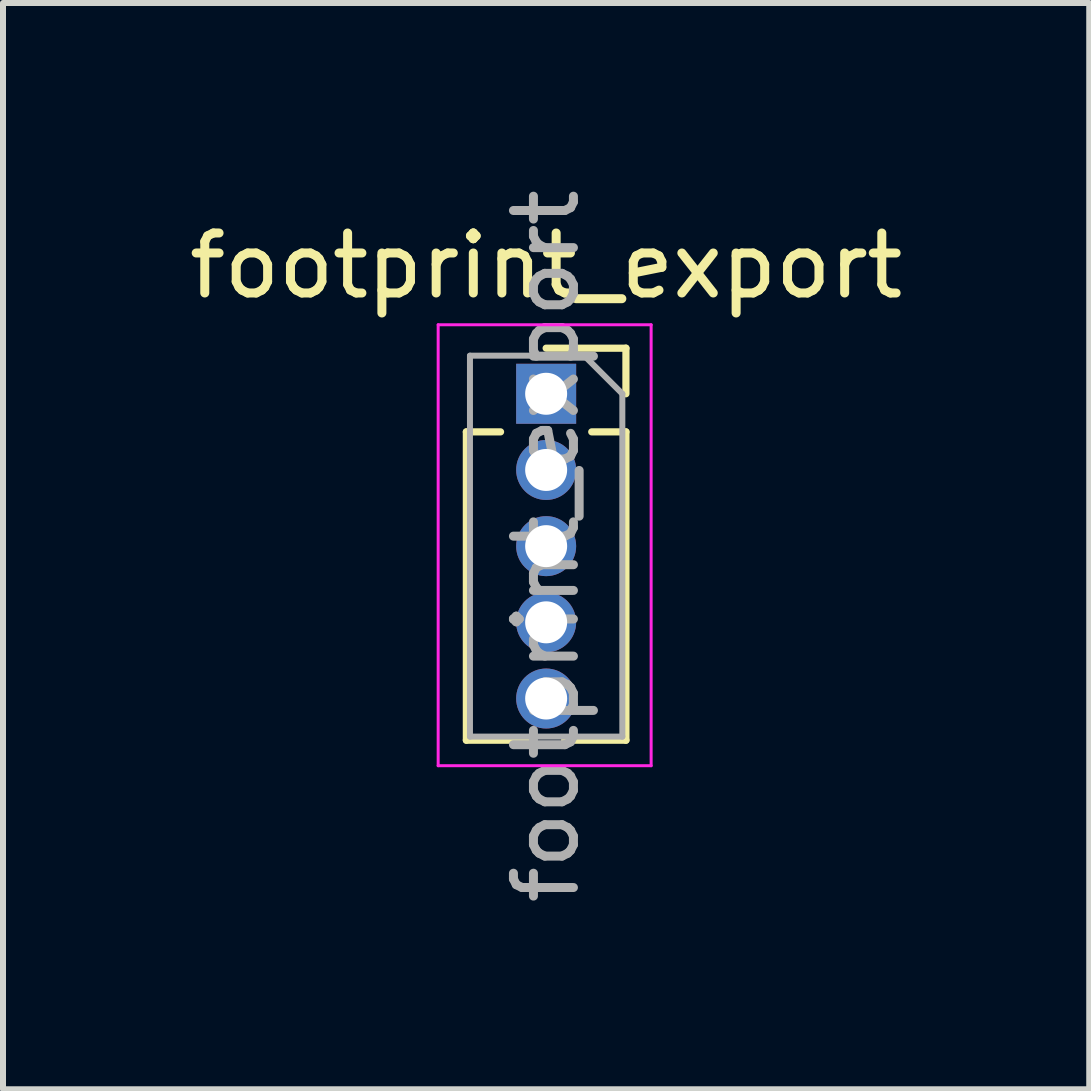
<source format=kicad_pcb>
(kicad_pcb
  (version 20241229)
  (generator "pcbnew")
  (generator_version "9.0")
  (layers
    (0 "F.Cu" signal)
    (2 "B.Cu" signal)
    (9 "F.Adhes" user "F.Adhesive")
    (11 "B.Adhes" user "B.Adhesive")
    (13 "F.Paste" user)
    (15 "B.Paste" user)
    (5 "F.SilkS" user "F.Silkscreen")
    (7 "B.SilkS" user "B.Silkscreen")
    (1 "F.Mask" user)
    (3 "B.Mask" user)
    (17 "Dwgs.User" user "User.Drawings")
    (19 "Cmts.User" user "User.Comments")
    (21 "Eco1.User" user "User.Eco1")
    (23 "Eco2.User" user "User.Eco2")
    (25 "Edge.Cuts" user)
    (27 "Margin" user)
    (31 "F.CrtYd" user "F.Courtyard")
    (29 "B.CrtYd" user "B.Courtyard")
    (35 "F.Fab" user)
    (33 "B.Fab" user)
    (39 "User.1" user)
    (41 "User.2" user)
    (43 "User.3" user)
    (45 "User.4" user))
  (footprint "footprint_export"
    (layer "F.Cu")
    (at 6.054 3.514)
    (property "Reference" "footprint_export" (at 0 -2.135 0) (layer "F.SilkS") (effects (font (size 1 1) (thickness 0.15))))
    (attr through_hole)
    (fp_line (start -1.33 0.635) (end -1.33 5.775) (stroke (width 0.12) (type solid)) (layer "F.SilkS"))
    (fp_line (start -1.33 0.635) (end -0.76 0.635) (stroke (width 0.12) (type solid)) (layer "F.SilkS"))
    (fp_line (start -1.33 5.775) (end -0.308 5.775) (stroke (width 0.12) (type solid)) (layer "F.SilkS"))
    (fp_line (start 0 -0.76) (end 1.33 -0.76) (stroke (width 0.12) (type solid)) (layer "F.SilkS"))
    (fp_line (start 0.308 5.775) (end 1.33 5.775) (stroke (width 0.12) (type solid)) (layer "F.SilkS"))
    (fp_line (start 0.76 0.635) (end 1.33 0.635) (stroke (width 0.12) (type solid)) (layer "F.SilkS"))
    (fp_line (start 1.33 -0.76) (end 1.33 0) (stroke (width 0.12) (type solid)) (layer "F.SilkS"))
    (fp_line (start 1.33 0.635) (end 1.33 5.775) (stroke (width 0.12) (type solid)) (layer "F.SilkS"))
    (fp_line (start -1.8 -1.15) (end 1.75 -1.15) (stroke (width 0.05) (type solid)) (layer "F.CrtYd"))
    (fp_line (start -1.8 6.2) (end -1.8 -1.15) (stroke (width 0.05) (type solid)) (layer "F.CrtYd"))
    (fp_line (start 1.75 -1.15) (end 1.75 6.2) (stroke (width 0.05) (type solid)) (layer "F.CrtYd"))
    (fp_line (start 1.75 6.2) (end -1.8 6.2) (stroke (width 0.05) (type solid)) (layer "F.CrtYd"))
    (fp_line (start -1.27 -0.635) (end 0.635 -0.635) (stroke (width 0.1) (type solid)) (layer "F.Fab"))
    (fp_line (start -1.27 5.715) (end -1.27 -0.635) (stroke (width 0.1) (type solid)) (layer "F.Fab"))
    (fp_line (start 0.635 -0.635) (end 1.27 0) (stroke (width 0.1) (type solid)) (layer "F.Fab"))
    (fp_line (start 1.27 0) (end 1.27 5.715) (stroke (width 0.1) (type solid)) (layer "F.Fab"))
    (fp_line (start 1.27 5.715) (end -1.27 5.715) (stroke (width 0.1) (type solid)) (layer "F.Fab"))
    (fp_text user "${REFERENCE}" (at 0 2.54 90) (layer "F.Fab") (effects (font (size 1 1) (thickness 0.15))))
    (pad "1" thru_hole rect (at 0 0) (size 1 1) (drill 0.7) (layers "*.Cu" "*.Mask"))
    (pad "2" thru_hole oval (at 0 1.27) (size 1 1) (drill 0.7) (layers "*.Cu" "*.Mask"))
    (pad "3" thru_hole oval (at 0 2.54) (size 1 1) (drill 0.7) (layers "*.Cu" "*.Mask"))
    (pad "4" thru_hole oval (at 0 3.81) (size 1 1) (drill 0.7) (layers "*.Cu" "*.Mask"))
    (pad "5" thru_hole oval (at 0 5.08) (size 1 1) (drill 0.7) (layers "*.Cu" "*.Mask")))
  (gr_rect
    (start -3 -3)
    (end 15.107 15.107)
    (stroke (width 0.1) (type default))
    (fill no)
    (layer "Edge.Cuts")))
</source>
